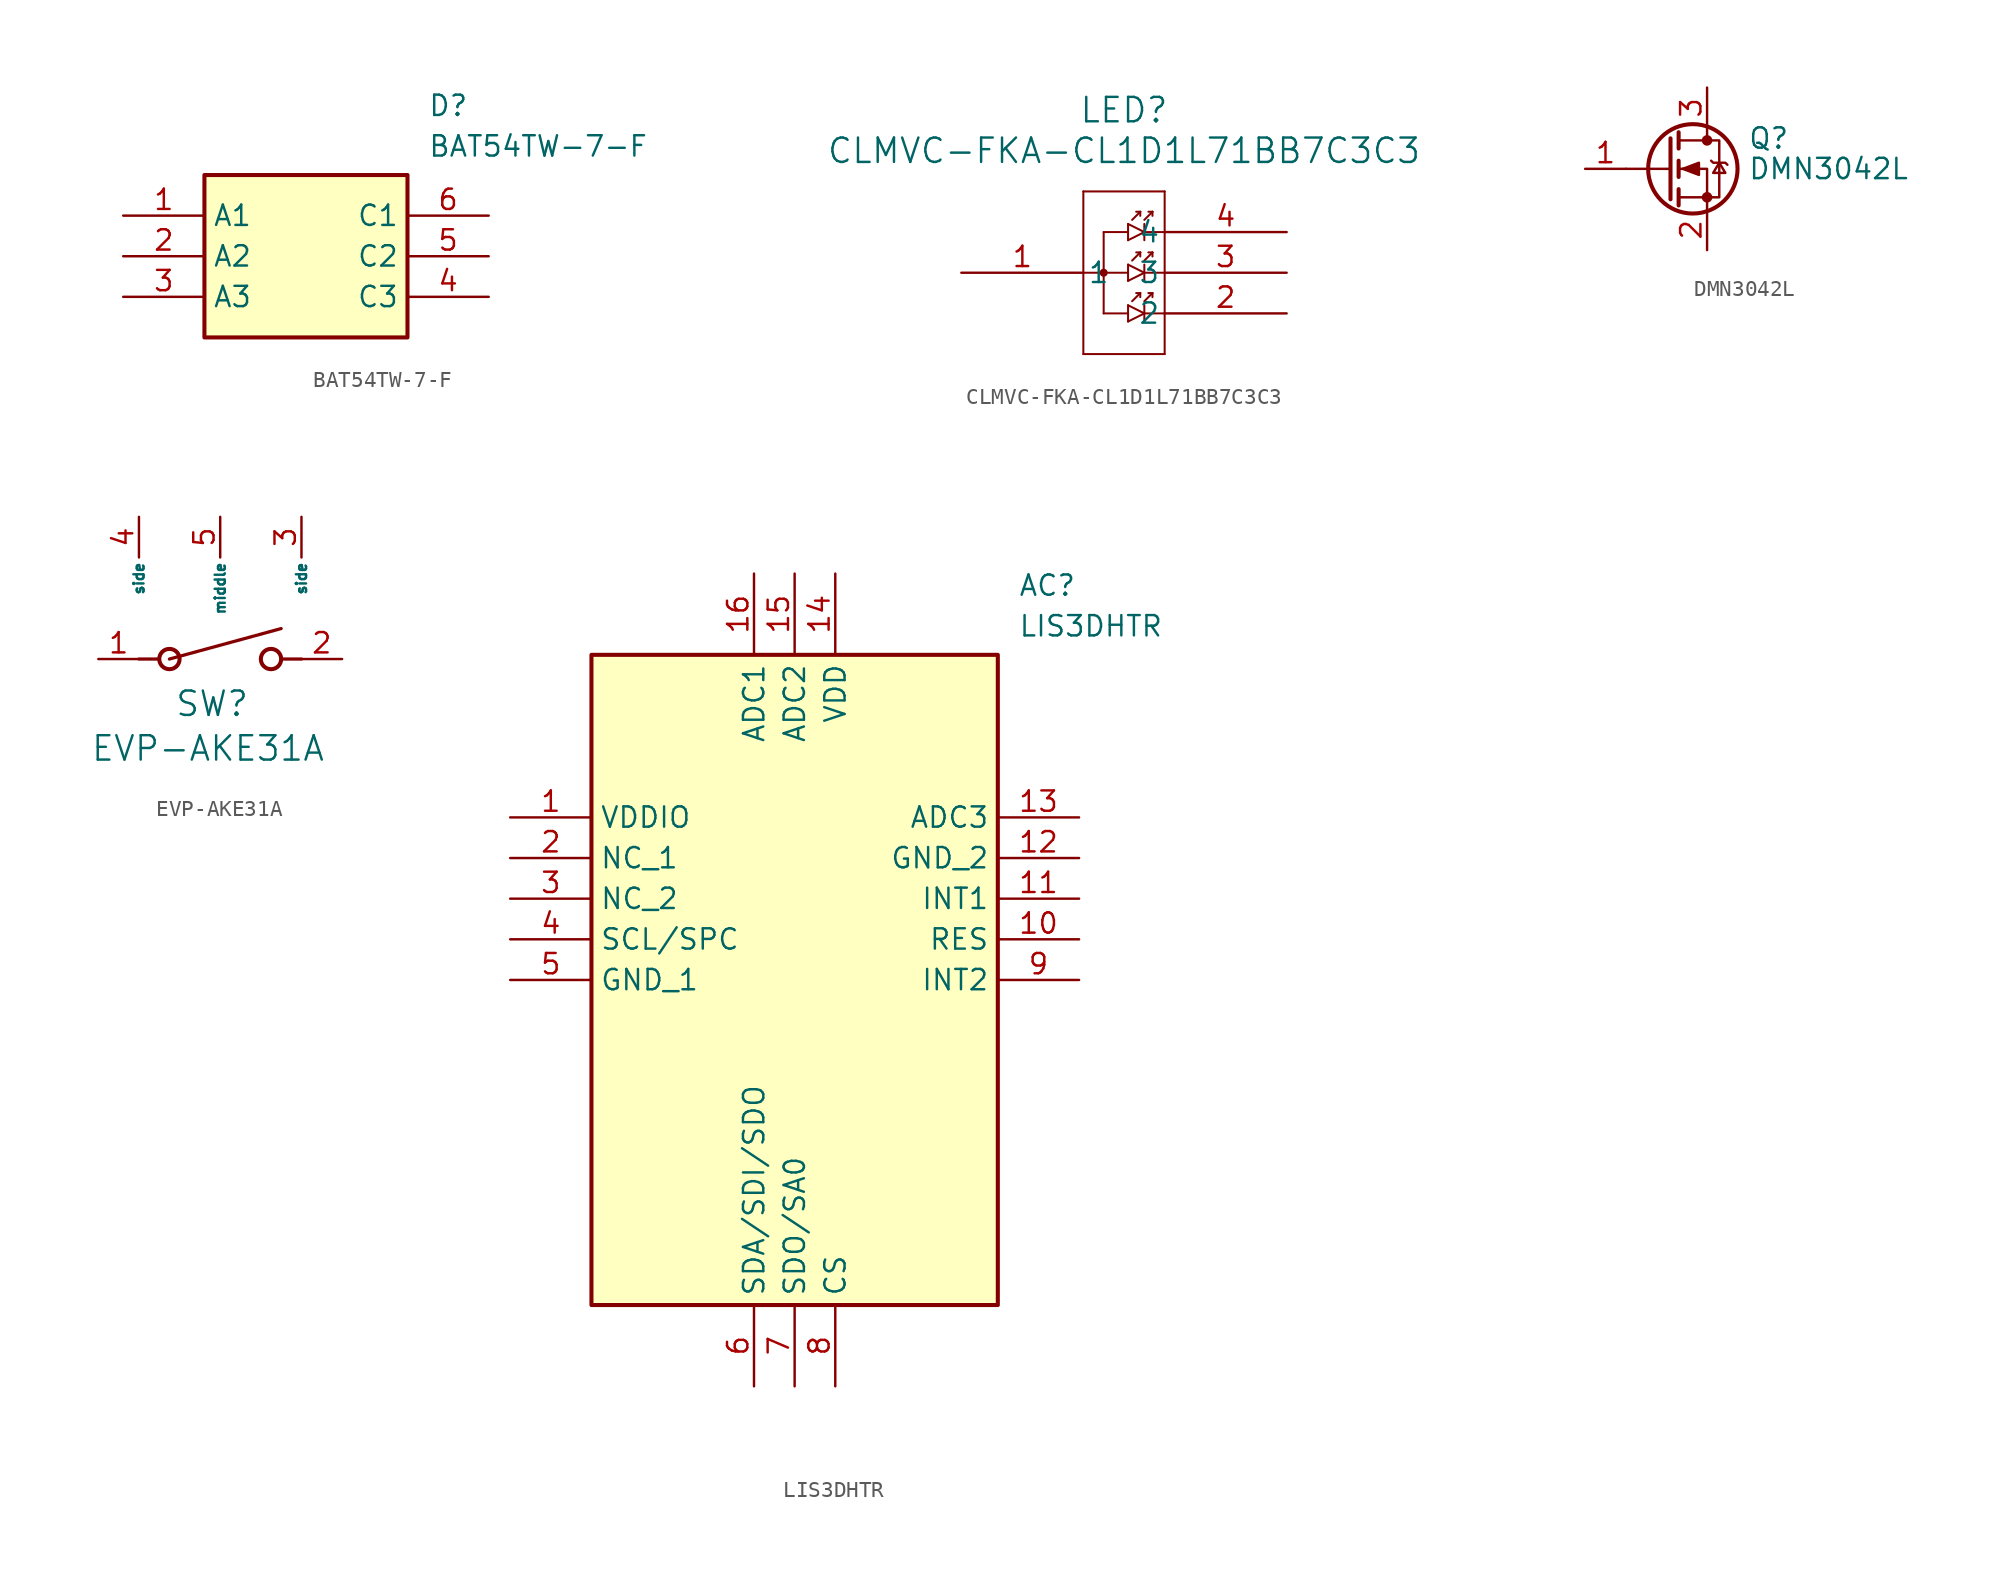
<source format=kicad_sym>
(kicad_symbol_lib
  (version 20231120)
  (generator "kicad_symbol_editor")
  (generator_version "8.0")
  (symbol "BAT54TW-7-F"
    (property "Reference" "D"
      (at 19.05 7.62 0)
      (effects (font (size 1.27 1.27)) (justify left top)))
    (property "Value" "BAT54TW-7-F"
      (at 19.05 5.08 0)
      (effects (font (size 1.27 1.27)) (justify left top)))
    (symbol "BAT54TW-7-F_1_1"
      (rectangle (start 5.08 2.54) (end 17.78 -7.62) (stroke (width 0.254) (type default)) (fill (type background)))
      (pin passive line (at 0 0 0) (length 5.08) (name "A1" (effects (font (size 1.27 1.27)))) (number "1" (effects (font (size 1.27 1.27)))))
      (pin passive line (at 0 -2.54 0) (length 5.08) (name "A2" (effects (font (size 1.27 1.27)))) (number "2" (effects (font (size 1.27 1.27)))))
      (pin passive line (at 0 -5.08 0) (length 5.08) (name "A3" (effects (font (size 1.27 1.27)))) (number "3" (effects (font (size 1.27 1.27)))))
      (pin passive line (at 22.86 -5.08 180) (length 5.08) (name "C3" (effects (font (size 1.27 1.27)))) (number "4" (effects (font (size 1.27 1.27)))))
      (pin passive line (at 22.86 -2.54 180) (length 5.08) (name "C2" (effects (font (size 1.27 1.27)))) (number "5" (effects (font (size 1.27 1.27)))))
      (pin passive line (at 22.86 0 180) (length 5.08) (name "C1" (effects (font (size 1.27 1.27)))) (number "6" (effects (font (size 1.27 1.27)))))))
  (symbol "CLMVC-FKA-CL1D1L71BB7C3C3"
    (pin_names
      (offset 0.254))
    (property "Reference" "LED"
      (at 10.16 10.16 0)
      (effects (font (size 1.524 1.524))))
    (property "Value" "CLMVC-FKA-CL1D1L71BB7C3C3"
      (at 10.16 7.62 0)
      (effects (font (size 1.524 1.524))))
    (property "ki_locked" ""
      (at 0 0 0)
      (effects (font (size 1.27 1.27))))
    (symbol "CLMVC-FKA-CL1D1L71BB7C3C3_0_1"
      (polyline (pts (xy 7.62 -5.08) (xy 12.7 -5.08)) (stroke (width 0.127) (type default)) (fill (type none)))
      (polyline (pts (xy 7.62 0) (xy 10.414 0)) (stroke (width 0.127) (type default)) (fill (type none)))
      (polyline (pts (xy 7.62 5.08) (xy 7.62 -5.08)) (stroke (width 0.127) (type default)) (fill (type none)))
      (polyline (pts (xy 8.89 -2.54) (xy 10.414 -2.54)) (stroke (width 0.127) (type default)) (fill (type none)))
      (polyline (pts (xy 8.89 2.54) (xy 8.89 -2.54)) (stroke (width 0.127) (type default)) (fill (type none)))
      (polyline (pts (xy 8.89 2.54) (xy 10.414 2.54)) (stroke (width 0.127) (type default)) (fill (type none)))
      (polyline (pts (xy 10.414 -2.032) (xy 10.414 -3.048)) (stroke (width 0.127) (type default)) (fill (type none)))
      (polyline (pts (xy 10.414 -2.032) (xy 11.43 -2.54)) (stroke (width 0.127) (type default)) (fill (type none)))
      (polyline (pts (xy 10.414 0.508) (xy 10.414 -0.508)) (stroke (width 0.127) (type default)) (fill (type none)))
      (polyline (pts (xy 10.414 0.508) (xy 11.43 0)) (stroke (width 0.127) (type default)) (fill (type none)))
      (polyline (pts (xy 10.414 3.048) (xy 10.414 2.032)) (stroke (width 0.127) (type default)) (fill (type none)))
      (polyline (pts (xy 10.414 3.048) (xy 11.43 2.54)) (stroke (width 0.127) (type default)) (fill (type none)))
      (polyline (pts (xy 10.668 -1.778) (xy 11.176 -1.27)) (stroke (width 0.127) (type default)) (fill (type none)))
      (polyline (pts (xy 10.668 0.762) (xy 11.176 1.27)) (stroke (width 0.127) (type default)) (fill (type none)))
      (polyline (pts (xy 10.668 3.302) (xy 11.176 3.81)) (stroke (width 0.127) (type default)) (fill (type none)))
      (polyline (pts (xy 11.176 -1.27) (xy 10.922 -1.27)) (stroke (width 0.127) (type default)) (fill (type none)))
      (polyline (pts (xy 11.176 -1.27) (xy 11.176 -1.524)) (stroke (width 0.127) (type default)) (fill (type none)))
      (polyline (pts (xy 11.176 1.27) (xy 10.922 1.27)) (stroke (width 0.127) (type default)) (fill (type none)))
      (polyline (pts (xy 11.176 1.27) (xy 11.176 1.016)) (stroke (width 0.127) (type default)) (fill (type none)))
      (polyline (pts (xy 11.176 3.81) (xy 10.922 3.81)) (stroke (width 0.127) (type default)) (fill (type none)))
      (polyline (pts (xy 11.176 3.81) (xy 11.176 3.556)) (stroke (width 0.127) (type default)) (fill (type none)))
      (polyline (pts (xy 11.43 -2.54) (xy 10.414 -3.048)) (stroke (width 0.127) (type default)) (fill (type none)))
      (polyline (pts (xy 11.43 -2.54) (xy 12.7 -2.54)) (stroke (width 0.127) (type default)) (fill (type none)))
      (polyline (pts (xy 11.43 -2.032) (xy 11.43 -3.048)) (stroke (width 0.127) (type default)) (fill (type none)))
      (polyline (pts (xy 11.43 -1.778) (xy 11.938 -1.27)) (stroke (width 0.127) (type default)) (fill (type none)))
      (polyline (pts (xy 11.43 0) (xy 10.414 -0.508)) (stroke (width 0.127) (type default)) (fill (type none)))
      (polyline (pts (xy 11.43 0) (xy 12.7 0)) (stroke (width 0.127) (type default)) (fill (type none)))
      (polyline (pts (xy 11.43 0.508) (xy 11.43 -0.508)) (stroke (width 0.127) (type default)) (fill (type none)))
      (polyline (pts (xy 11.43 0.762) (xy 11.938 1.27)) (stroke (width 0.127) (type default)) (fill (type none)))
      (polyline (pts (xy 11.43 2.54) (xy 10.414 2.032)) (stroke (width 0.127) (type default)) (fill (type none)))
      (polyline (pts (xy 11.43 2.54) (xy 12.7 2.54)) (stroke (width 0.127) (type default)) (fill (type none)))
      (polyline (pts (xy 11.43 3.048) (xy 11.43 2.032)) (stroke (width 0.127) (type default)) (fill (type none)))
      (polyline (pts (xy 11.43 3.302) (xy 11.938 3.81)) (stroke (width 0.127) (type default)) (fill (type none)))
      (polyline (pts (xy 11.684 -1.27) (xy 11.938 -1.27)) (stroke (width 0.127) (type default)) (fill (type none)))
      (polyline (pts (xy 11.684 1.27) (xy 11.938 1.27)) (stroke (width 0.127) (type default)) (fill (type none)))
      (polyline (pts (xy 11.684 3.81) (xy 11.938 3.81)) (stroke (width 0.127) (type default)) (fill (type none)))
      (polyline (pts (xy 11.938 -1.27) (xy 11.938 -1.524)) (stroke (width 0.127) (type default)) (fill (type none)))
      (polyline (pts (xy 11.938 1.27) (xy 11.938 1.016)) (stroke (width 0.127) (type default)) (fill (type none)))
      (polyline (pts (xy 11.938 3.81) (xy 11.938 3.556)) (stroke (width 0.127) (type default)) (fill (type none)))
      (polyline (pts (xy 12.7 -5.08) (xy 12.7 5.08)) (stroke (width 0.127) (type default)) (fill (type none)))
      (polyline (pts (xy 12.7 5.08) (xy 7.62 5.08)) (stroke (width 0.127) (type default)) (fill (type none)))
      (circle (center 8.89 0) (radius 0.127) (stroke (width 0.254) (type default)) (fill (type none)))
      (pin unspecified line (at 0 0 0) (length 7.62) (name "1" (effects (font (size 1.27 1.27)))) (number "1" (effects (font (size 1.27 1.27)))))
      (pin unspecified line (at 20.32 -2.54 180) (length 7.62) (name "2" (effects (font (size 1.27 1.27)))) (number "2" (effects (font (size 1.27 1.27)))))
      (pin unspecified line (at 20.32 0 180) (length 7.62) (name "3" (effects (font (size 1.27 1.27)))) (number "3" (effects (font (size 1.27 1.27)))))
      (pin unspecified line (at 20.32 2.54 180) (length 7.62) (name "4" (effects (font (size 1.27 1.27)))) (number "4" (effects (font (size 1.27 1.27)))))))
  (symbol "DMN3042L"
    (pin_names hide)
    (property "Reference" "Q"
      (at 5.08 1.905 0)
      (effects (font (size 1.27 1.27)) (justify left)))
    (property "Value" "DMN3042L"
      (at 5.08 0 0)
      (effects (font (size 1.27 1.27)) (justify left)))
    (symbol "DMN3042L_0_1"
      (polyline (pts (xy 0.254 0) (xy -2.54 0)) (stroke (width 0) (type default)) (fill (type none)))
      (polyline (pts (xy 0.254 1.905) (xy 0.254 -1.905)) (stroke (width 0.254) (type default)) (fill (type none)))
      (polyline (pts (xy 0.762 -1.27) (xy 0.762 -2.286)) (stroke (width 0.254) (type default)) (fill (type none)))
      (polyline (pts (xy 0.762 0.508) (xy 0.762 -0.508)) (stroke (width 0.254) (type default)) (fill (type none)))
      (polyline (pts (xy 0.762 2.286) (xy 0.762 1.27)) (stroke (width 0.254) (type default)) (fill (type none)))
      (polyline (pts (xy 2.54 2.54) (xy 2.54 1.778)) (stroke (width 0) (type default)) (fill (type none)))
      (polyline (pts (xy 2.54 -2.54) (xy 2.54 0) (xy 0.762 0)) (stroke (width 0) (type default)) (fill (type none)))
      (polyline (pts (xy 0.762 -1.778) (xy 3.302 -1.778) (xy 3.302 1.778) (xy 0.762 1.778)) (stroke (width 0) (type default)) (fill (type none)))
      (polyline (pts (xy 1.016 0) (xy 2.032 0.381) (xy 2.032 -0.381) (xy 1.016 0)) (stroke (width 0) (type default)) (fill (type outline)))
      (polyline (pts (xy 2.794 0.508) (xy 2.921 0.381) (xy 3.683 0.381) (xy 3.81 0.254)) (stroke (width 0) (type default)) (fill (type none)))
      (polyline (pts (xy 3.302 0.381) (xy 2.921 -0.254) (xy 3.683 -0.254) (xy 3.302 0.381)) (stroke (width 0) (type default)) (fill (type none)))
      (circle (center 1.651 0) (radius 2.794) (stroke (width 0.254) (type default)) (fill (type none)))
      (circle (center 2.54 -1.778) (radius 0.254) (stroke (width 0) (type default)) (fill (type outline)))
      (circle (center 2.54 1.778) (radius 0.254) (stroke (width 0) (type default)) (fill (type outline))))
    (symbol "DMN3042L_1_1"
      (pin input line (at -5.08 0 0) (length 2.54) (name "G" (effects (font (size 1.27 1.27)))) (number "1" (effects (font (size 1.27 1.27)))))
      (pin passive line (at 2.54 -5.08 90) (length 2.54) (name "S" (effects (font (size 1.27 1.27)))) (number "2" (effects (font (size 1.27 1.27)))))
      (pin passive line (at 2.54 5.08 270) (length 2.54) (name "D" (effects (font (size 1.27 1.27)))) (number "3" (effects (font (size 1.27 1.27)))))))
  (symbol "EVP-AKE31A"
    (pin_names
      (offset 0.254))
    (property "Reference" "SW"
      (at 7.112 -2.794 0)
      (effects (font (size 1.524 1.524))))
    (property "Value" "EVP-AKE31A"
      (at 6.858 -5.588 0)
      (effects (font (size 1.524 1.524))))
    (property "ki_locked" ""
      (at 0 0 0)
      (effects (font (size 1.27 1.27))))
    (symbol "EVP-AKE31A_0_1"
      (polyline (pts (xy 2.54 0) (xy 3.81 0)) (stroke (width 0.203) (type default)) (fill (type none)))
      (polyline (pts (xy 4.445 0) (xy 11.43 1.905)) (stroke (width 0.203) (type default)) (fill (type none)))
      (polyline (pts (xy 12.7 0) (xy 11.43 0)) (stroke (width 0.203) (type default)) (fill (type none)))
      (circle (center 4.445 0) (radius 0.635) (stroke (width 0.254) (type default)) (fill (type none)))
      (circle (center 10.795 0) (radius 0.635) (stroke (width 0.254) (type default)) (fill (type none))))
    (symbol "EVP-AKE31A_1_1"
      (pin unspecified line (at 0 0 0) (length 2.54) (name "" (effects (font (size 2.54 2.54)))) (number "1" (effects (font (size 1.27 1.27)))))
      (pin unspecified line (at 15.24 0 180) (length 2.54) (name "" (effects (font (size 1.27 1.27)))) (number "2" (effects (font (size 1.27 1.27)))))
      (pin input line (at 12.7 8.89 270) (length 2.54) (name "side" (effects (font (size 0.635 0.635)))) (number "3" (effects (font (size 1.27 1.27)))))
      (pin input line (at 2.54 8.89 270) (length 2.54) (name "side" (effects (font (size 0.635 0.635)))) (number "4" (effects (font (size 1.27 1.27)))))
      (pin input line (at 7.62 8.89 270) (length 2.54) (name "middle" (effects (font (size 0.635 0.635)))) (number "5" (effects (font (size 1.27 1.27)))))))
  (symbol "LIS3DHTR"
    (property "Reference" "AC"
      (at 31.75 15.24 0)
      (effects (font (size 1.27 1.27)) (justify left top)))
    (property "Value" "LIS3DHTR"
      (at 31.75 12.7 0)
      (effects (font (size 1.27 1.27)) (justify left top)))
    (symbol "LIS3DHTR_1_1"
      (rectangle (start 5.08 10.16) (end 30.48 -30.48) (stroke (width 0.254) (type default)) (fill (type background)))
      (pin power_in line (at 0 0 0) (length 5.08) (name "VDDIO" (effects (font (size 1.27 1.27)))) (number "1" (effects (font (size 1.27 1.27)))))
      (pin passive line (at 35.56 -7.62 180) (length 5.08) (name "RES" (effects (font (size 1.27 1.27)))) (number "10" (effects (font (size 1.27 1.27)))))
      (pin input line (at 35.56 -5.08 180) (length 5.08) (name "INT1" (effects (font (size 1.27 1.27)))) (number "11" (effects (font (size 1.27 1.27)))))
      (pin power_in line (at 35.56 -2.54 180) (length 5.08) (name "GND_2" (effects (font (size 1.27 1.27)))) (number "12" (effects (font (size 1.27 1.27)))))
      (pin passive line (at 35.56 0 180) (length 5.08) (name "ADC3" (effects (font (size 1.27 1.27)))) (number "13" (effects (font (size 1.27 1.27)))))
      (pin power_in line (at 20.32 15.24 270) (length 5.08) (name "VDD" (effects (font (size 1.27 1.27)))) (number "14" (effects (font (size 1.27 1.27)))))
      (pin passive line (at 17.78 15.24 270) (length 5.08) (name "ADC2" (effects (font (size 1.27 1.27)))) (number "15" (effects (font (size 1.27 1.27)))))
      (pin passive line (at 15.24 15.24 270) (length 5.08) (name "ADC1" (effects (font (size 1.27 1.27)))) (number "16" (effects (font (size 1.27 1.27)))))
      (pin passive line (at 0 -2.54 0) (length 5.08) (name "NC_1" (effects (font (size 1.27 1.27)))) (number "2" (effects (font (size 1.27 1.27)))))
      (pin passive line (at 0 -5.08 0) (length 5.08) (name "NC_2" (effects (font (size 1.27 1.27)))) (number "3" (effects (font (size 1.27 1.27)))))
      (pin passive line (at 0 -7.62 0) (length 5.08) (name "SCL/SPC" (effects (font (size 1.27 1.27)))) (number "4" (effects (font (size 1.27 1.27)))))
      (pin power_in line (at 0 -10.16 0) (length 5.08) (name "GND_1" (effects (font (size 1.27 1.27)))) (number "5" (effects (font (size 1.27 1.27)))))
      (pin passive line (at 15.24 -35.56 90) (length 5.08) (name "SDA/SDI/SDO" (effects (font (size 1.27 1.27)))) (number "6" (effects (font (size 1.27 1.27)))))
      (pin passive line (at 17.78 -35.56 90) (length 5.08) (name "SDO/SA0" (effects (font (size 1.27 1.27)))) (number "7" (effects (font (size 1.27 1.27)))))
      (pin input line (at 20.32 -35.56 90) (length 5.08) (name "CS" (effects (font (size 1.27 1.27)))) (number "8" (effects (font (size 1.27 1.27)))))
      (pin input line (at 35.56 -10.16 180) (length 5.08) (name "INT2" (effects (font (size 1.27 1.27)))) (number "9" (effects (font (size 1.27 1.27))))))))
</source>
